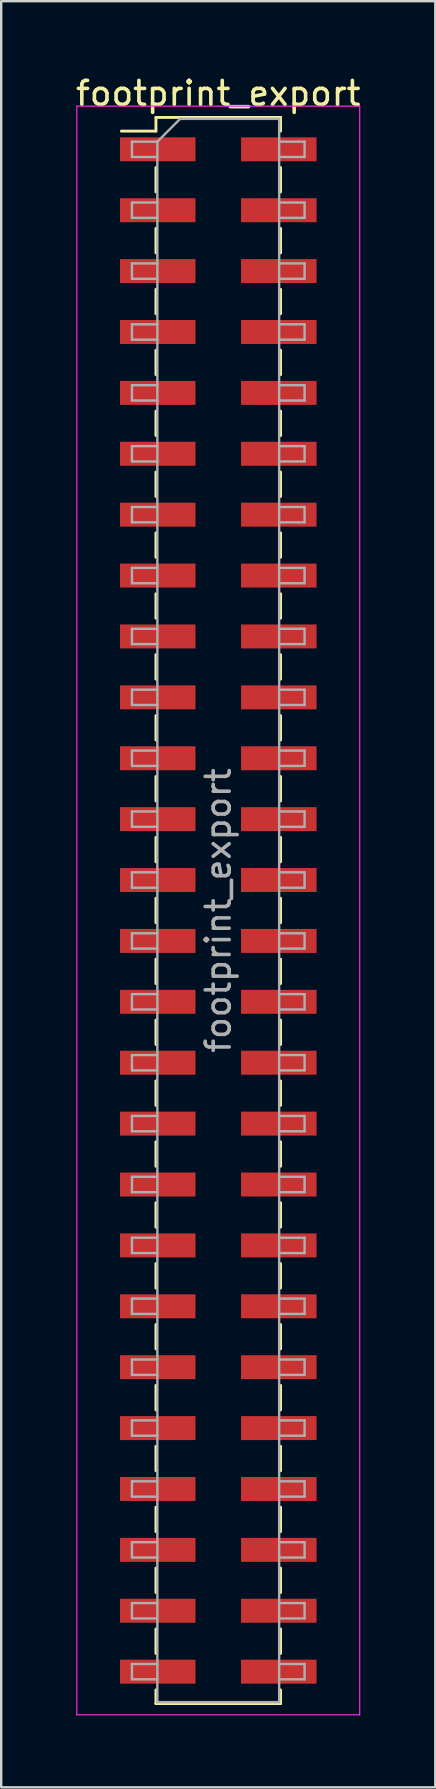
<source format=kicad_pcb>
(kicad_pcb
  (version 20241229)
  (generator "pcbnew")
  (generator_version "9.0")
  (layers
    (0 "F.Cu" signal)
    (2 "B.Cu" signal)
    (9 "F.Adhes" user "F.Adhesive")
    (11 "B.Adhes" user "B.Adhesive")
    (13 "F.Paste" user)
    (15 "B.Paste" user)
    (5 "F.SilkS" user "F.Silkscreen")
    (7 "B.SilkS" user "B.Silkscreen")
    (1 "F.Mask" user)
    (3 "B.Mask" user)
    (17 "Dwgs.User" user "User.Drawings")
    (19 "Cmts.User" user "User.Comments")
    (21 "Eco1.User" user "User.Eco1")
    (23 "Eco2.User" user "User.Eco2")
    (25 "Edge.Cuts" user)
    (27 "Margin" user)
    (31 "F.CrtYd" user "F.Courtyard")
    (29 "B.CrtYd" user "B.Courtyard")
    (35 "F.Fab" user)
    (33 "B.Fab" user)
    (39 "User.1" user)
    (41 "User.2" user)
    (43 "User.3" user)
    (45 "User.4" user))
  (footprint "footprint_export"
    (layer "F.Cu")
    (at 6.054 34.928)
    (property "Reference" "footprint_export" (at 0 -34.08 0) (layer "F.SilkS") (effects (font (size 1 1) (thickness 0.15))))
    (attr smd)
    (fp_line (start -4.04 -32.51) (end -2.6 -32.51) (stroke (width 0.12) (type solid)) (layer "F.SilkS"))
    (fp_line (start -2.6 -33.08) (end -2.6 -32.51) (stroke (width 0.12) (type solid)) (layer "F.SilkS"))
    (fp_line (start -2.6 -33.08) (end 2.6 -33.08) (stroke (width 0.12) (type solid)) (layer "F.SilkS"))
    (fp_line (start -2.6 -30.99) (end -2.6 -29.97) (stroke (width 0.12) (type solid)) (layer "F.SilkS"))
    (fp_line (start -2.6 -28.45) (end -2.6 -27.43) (stroke (width 0.12) (type solid)) (layer "F.SilkS"))
    (fp_line (start -2.6 -25.91) (end -2.6 -24.89) (stroke (width 0.12) (type solid)) (layer "F.SilkS"))
    (fp_line (start -2.6 -23.37) (end -2.6 -22.35) (stroke (width 0.12) (type solid)) (layer "F.SilkS"))
    (fp_line (start -2.6 -20.83) (end -2.6 -19.81) (stroke (width 0.12) (type solid)) (layer "F.SilkS"))
    (fp_line (start -2.6 -18.29) (end -2.6 -17.27) (stroke (width 0.12) (type solid)) (layer "F.SilkS"))
    (fp_line (start -2.6 -15.75) (end -2.6 -14.73) (stroke (width 0.12) (type solid)) (layer "F.SilkS"))
    (fp_line (start -2.6 -13.21) (end -2.6 -12.19) (stroke (width 0.12) (type solid)) (layer "F.SilkS"))
    (fp_line (start -2.6 -10.67) (end -2.6 -9.65) (stroke (width 0.12) (type solid)) (layer "F.SilkS"))
    (fp_line (start -2.6 -8.13) (end -2.6 -7.11) (stroke (width 0.12) (type solid)) (layer "F.SilkS"))
    (fp_line (start -2.6 -5.59) (end -2.6 -4.57) (stroke (width 0.12) (type solid)) (layer "F.SilkS"))
    (fp_line (start -2.6 -3.05) (end -2.6 -2.03) (stroke (width 0.12) (type solid)) (layer "F.SilkS"))
    (fp_line (start -2.6 -0.51) (end -2.6 0.51) (stroke (width 0.12) (type solid)) (layer "F.SilkS"))
    (fp_line (start -2.6 2.03) (end -2.6 3.05) (stroke (width 0.12) (type solid)) (layer "F.SilkS"))
    (fp_line (start -2.6 4.57) (end -2.6 5.59) (stroke (width 0.12) (type solid)) (layer "F.SilkS"))
    (fp_line (start -2.6 7.11) (end -2.6 8.13) (stroke (width 0.12) (type solid)) (layer "F.SilkS"))
    (fp_line (start -2.6 9.65) (end -2.6 10.67) (stroke (width 0.12) (type solid)) (layer "F.SilkS"))
    (fp_line (start -2.6 12.19) (end -2.6 13.21) (stroke (width 0.12) (type solid)) (layer "F.SilkS"))
    (fp_line (start -2.6 14.73) (end -2.6 15.75) (stroke (width 0.12) (type solid)) (layer "F.SilkS"))
    (fp_line (start -2.6 17.27) (end -2.6 18.29) (stroke (width 0.12) (type solid)) (layer "F.SilkS"))
    (fp_line (start -2.6 19.81) (end -2.6 20.83) (stroke (width 0.12) (type solid)) (layer "F.SilkS"))
    (fp_line (start -2.6 22.35) (end -2.6 23.37) (stroke (width 0.12) (type solid)) (layer "F.SilkS"))
    (fp_line (start -2.6 24.89) (end -2.6 25.91) (stroke (width 0.12) (type solid)) (layer "F.SilkS"))
    (fp_line (start -2.6 27.43) (end -2.6 28.45) (stroke (width 0.12) (type solid)) (layer "F.SilkS"))
    (fp_line (start -2.6 29.97) (end -2.6 30.99) (stroke (width 0.12) (type solid)) (layer "F.SilkS"))
    (fp_line (start -2.6 32.51) (end -2.6 33.08) (stroke (width 0.12) (type solid)) (layer "F.SilkS"))
    (fp_line (start -2.6 33.08) (end 2.6 33.08) (stroke (width 0.12) (type solid)) (layer "F.SilkS"))
    (fp_line (start 2.6 -33.08) (end 2.6 -32.51) (stroke (width 0.12) (type solid)) (layer "F.SilkS"))
    (fp_line (start 2.6 -30.99) (end 2.6 -29.97) (stroke (width 0.12) (type solid)) (layer "F.SilkS"))
    (fp_line (start 2.6 -28.45) (end 2.6 -27.43) (stroke (width 0.12) (type solid)) (layer "F.SilkS"))
    (fp_line (start 2.6 -25.91) (end 2.6 -24.89) (stroke (width 0.12) (type solid)) (layer "F.SilkS"))
    (fp_line (start 2.6 -23.37) (end 2.6 -22.35) (stroke (width 0.12) (type solid)) (layer "F.SilkS"))
    (fp_line (start 2.6 -20.83) (end 2.6 -19.81) (stroke (width 0.12) (type solid)) (layer "F.SilkS"))
    (fp_line (start 2.6 -18.29) (end 2.6 -17.27) (stroke (width 0.12) (type solid)) (layer "F.SilkS"))
    (fp_line (start 2.6 -15.75) (end 2.6 -14.73) (stroke (width 0.12) (type solid)) (layer "F.SilkS"))
    (fp_line (start 2.6 -13.21) (end 2.6 -12.19) (stroke (width 0.12) (type solid)) (layer "F.SilkS"))
    (fp_line (start 2.6 -10.67) (end 2.6 -9.65) (stroke (width 0.12) (type solid)) (layer "F.SilkS"))
    (fp_line (start 2.6 -8.13) (end 2.6 -7.11) (stroke (width 0.12) (type solid)) (layer "F.SilkS"))
    (fp_line (start 2.6 -5.59) (end 2.6 -4.57) (stroke (width 0.12) (type solid)) (layer "F.SilkS"))
    (fp_line (start 2.6 -3.05) (end 2.6 -2.03) (stroke (width 0.12) (type solid)) (layer "F.SilkS"))
    (fp_line (start 2.6 -0.51) (end 2.6 0.51) (stroke (width 0.12) (type solid)) (layer "F.SilkS"))
    (fp_line (start 2.6 2.03) (end 2.6 3.05) (stroke (width 0.12) (type solid)) (layer "F.SilkS"))
    (fp_line (start 2.6 4.57) (end 2.6 5.59) (stroke (width 0.12) (type solid)) (layer "F.SilkS"))
    (fp_line (start 2.6 7.11) (end 2.6 8.13) (stroke (width 0.12) (type solid)) (layer "F.SilkS"))
    (fp_line (start 2.6 9.65) (end 2.6 10.67) (stroke (width 0.12) (type solid)) (layer "F.SilkS"))
    (fp_line (start 2.6 12.19) (end 2.6 13.21) (stroke (width 0.12) (type solid)) (layer "F.SilkS"))
    (fp_line (start 2.6 14.73) (end 2.6 15.75) (stroke (width 0.12) (type solid)) (layer "F.SilkS"))
    (fp_line (start 2.6 17.27) (end 2.6 18.29) (stroke (width 0.12) (type solid)) (layer "F.SilkS"))
    (fp_line (start 2.6 19.81) (end 2.6 20.83) (stroke (width 0.12) (type solid)) (layer "F.SilkS"))
    (fp_line (start 2.6 22.35) (end 2.6 23.37) (stroke (width 0.12) (type solid)) (layer "F.SilkS"))
    (fp_line (start 2.6 24.89) (end 2.6 25.91) (stroke (width 0.12) (type solid)) (layer "F.SilkS"))
    (fp_line (start 2.6 27.43) (end 2.6 28.45) (stroke (width 0.12) (type solid)) (layer "F.SilkS"))
    (fp_line (start 2.6 29.97) (end 2.6 30.99) (stroke (width 0.12) (type solid)) (layer "F.SilkS"))
    (fp_line (start 2.6 32.51) (end 2.6 33.08) (stroke (width 0.12) (type solid)) (layer "F.SilkS"))
    (fp_line (start -5.9 -33.55) (end -5.9 33.55) (stroke (width 0.05) (type solid)) (layer "F.CrtYd"))
    (fp_line (start -5.9 33.55) (end 5.9 33.55) (stroke (width 0.05) (type solid)) (layer "F.CrtYd"))
    (fp_line (start 5.9 -33.55) (end -5.9 -33.55) (stroke (width 0.05) (type solid)) (layer "F.CrtYd"))
    (fp_line (start 5.9 33.55) (end 5.9 -33.55) (stroke (width 0.05) (type solid)) (layer "F.CrtYd"))
    (fp_line (start -3.6 -32.07) (end -3.6 -31.43) (stroke (width 0.1) (type solid)) (layer "F.Fab"))
    (fp_line (start -3.6 -31.43) (end -2.54 -31.43) (stroke (width 0.1) (type solid)) (layer "F.Fab"))
    (fp_line (start -3.6 -29.53) (end -3.6 -28.89) (stroke (width 0.1) (type solid)) (layer "F.Fab"))
    (fp_line (start -3.6 -28.89) (end -2.54 -28.89) (stroke (width 0.1) (type solid)) (layer "F.Fab"))
    (fp_line (start -3.6 -26.99) (end -3.6 -26.35) (stroke (width 0.1) (type solid)) (layer "F.Fab"))
    (fp_line (start -3.6 -26.35) (end -2.54 -26.35) (stroke (width 0.1) (type solid)) (layer "F.Fab"))
    (fp_line (start -3.6 -24.45) (end -3.6 -23.81) (stroke (width 0.1) (type solid)) (layer "F.Fab"))
    (fp_line (start -3.6 -23.81) (end -2.54 -23.81) (stroke (width 0.1) (type solid)) (layer "F.Fab"))
    (fp_line (start -3.6 -21.91) (end -3.6 -21.27) (stroke (width 0.1) (type solid)) (layer "F.Fab"))
    (fp_line (start -3.6 -21.27) (end -2.54 -21.27) (stroke (width 0.1) (type solid)) (layer "F.Fab"))
    (fp_line (start -3.6 -19.37) (end -3.6 -18.73) (stroke (width 0.1) (type solid)) (layer "F.Fab"))
    (fp_line (start -3.6 -18.73) (end -2.54 -18.73) (stroke (width 0.1) (type solid)) (layer "F.Fab"))
    (fp_line (start -3.6 -16.83) (end -3.6 -16.19) (stroke (width 0.1) (type solid)) (layer "F.Fab"))
    (fp_line (start -3.6 -16.19) (end -2.54 -16.19) (stroke (width 0.1) (type solid)) (layer "F.Fab"))
    (fp_line (start -3.6 -14.29) (end -3.6 -13.65) (stroke (width 0.1) (type solid)) (layer "F.Fab"))
    (fp_line (start -3.6 -13.65) (end -2.54 -13.65) (stroke (width 0.1) (type solid)) (layer "F.Fab"))
    (fp_line (start -3.6 -11.75) (end -3.6 -11.11) (stroke (width 0.1) (type solid)) (layer "F.Fab"))
    (fp_line (start -3.6 -11.11) (end -2.54 -11.11) (stroke (width 0.1) (type solid)) (layer "F.Fab"))
    (fp_line (start -3.6 -9.21) (end -3.6 -8.57) (stroke (width 0.1) (type solid)) (layer "F.Fab"))
    (fp_line (start -3.6 -8.57) (end -2.54 -8.57) (stroke (width 0.1) (type solid)) (layer "F.Fab"))
    (fp_line (start -3.6 -6.67) (end -3.6 -6.03) (stroke (width 0.1) (type solid)) (layer "F.Fab"))
    (fp_line (start -3.6 -6.03) (end -2.54 -6.03) (stroke (width 0.1) (type solid)) (layer "F.Fab"))
    (fp_line (start -3.6 -4.13) (end -3.6 -3.49) (stroke (width 0.1) (type solid)) (layer "F.Fab"))
    (fp_line (start -3.6 -3.49) (end -2.54 -3.49) (stroke (width 0.1) (type solid)) (layer "F.Fab"))
    (fp_line (start -3.6 -1.59) (end -3.6 -0.95) (stroke (width 0.1) (type solid)) (layer "F.Fab"))
    (fp_line (start -3.6 -0.95) (end -2.54 -0.95) (stroke (width 0.1) (type solid)) (layer "F.Fab"))
    (fp_line (start -3.6 0.95) (end -3.6 1.59) (stroke (width 0.1) (type solid)) (layer "F.Fab"))
    (fp_line (start -3.6 1.59) (end -2.54 1.59) (stroke (width 0.1) (type solid)) (layer "F.Fab"))
    (fp_line (start -3.6 3.49) (end -3.6 4.13) (stroke (width 0.1) (type solid)) (layer "F.Fab"))
    (fp_line (start -3.6 4.13) (end -2.54 4.13) (stroke (width 0.1) (type solid)) (layer "F.Fab"))
    (fp_line (start -3.6 6.03) (end -3.6 6.67) (stroke (width 0.1) (type solid)) (layer "F.Fab"))
    (fp_line (start -3.6 6.67) (end -2.54 6.67) (stroke (width 0.1) (type solid)) (layer "F.Fab"))
    (fp_line (start -3.6 8.57) (end -3.6 9.21) (stroke (width 0.1) (type solid)) (layer "F.Fab"))
    (fp_line (start -3.6 9.21) (end -2.54 9.21) (stroke (width 0.1) (type solid)) (layer "F.Fab"))
    (fp_line (start -3.6 11.11) (end -3.6 11.75) (stroke (width 0.1) (type solid)) (layer "F.Fab"))
    (fp_line (start -3.6 11.75) (end -2.54 11.75) (stroke (width 0.1) (type solid)) (layer "F.Fab"))
    (fp_line (start -3.6 13.65) (end -3.6 14.29) (stroke (width 0.1) (type solid)) (layer "F.Fab"))
    (fp_line (start -3.6 14.29) (end -2.54 14.29) (stroke (width 0.1) (type solid)) (layer "F.Fab"))
    (fp_line (start -3.6 16.19) (end -3.6 16.83) (stroke (width 0.1) (type solid)) (layer "F.Fab"))
    (fp_line (start -3.6 16.83) (end -2.54 16.83) (stroke (width 0.1) (type solid)) (layer "F.Fab"))
    (fp_line (start -3.6 18.73) (end -3.6 19.37) (stroke (width 0.1) (type solid)) (layer "F.Fab"))
    (fp_line (start -3.6 19.37) (end -2.54 19.37) (stroke (width 0.1) (type solid)) (layer "F.Fab"))
    (fp_line (start -3.6 21.27) (end -3.6 21.91) (stroke (width 0.1) (type solid)) (layer "F.Fab"))
    (fp_line (start -3.6 21.91) (end -2.54 21.91) (stroke (width 0.1) (type solid)) (layer "F.Fab"))
    (fp_line (start -3.6 23.81) (end -3.6 24.45) (stroke (width 0.1) (type solid)) (layer "F.Fab"))
    (fp_line (start -3.6 24.45) (end -2.54 24.45) (stroke (width 0.1) (type solid)) (layer "F.Fab"))
    (fp_line (start -3.6 26.35) (end -3.6 26.99) (stroke (width 0.1) (type solid)) (layer "F.Fab"))
    (fp_line (start -3.6 26.99) (end -2.54 26.99) (stroke (width 0.1) (type solid)) (layer "F.Fab"))
    (fp_line (start -3.6 28.89) (end -3.6 29.53) (stroke (width 0.1) (type solid)) (layer "F.Fab"))
    (fp_line (start -3.6 29.53) (end -2.54 29.53) (stroke (width 0.1) (type solid)) (layer "F.Fab"))
    (fp_line (start -3.6 31.43) (end -3.6 32.07) (stroke (width 0.1) (type solid)) (layer "F.Fab"))
    (fp_line (start -3.6 32.07) (end -2.54 32.07) (stroke (width 0.1) (type solid)) (layer "F.Fab"))
    (fp_line (start -2.54 -32.07) (end -3.6 -32.07) (stroke (width 0.1) (type solid)) (layer "F.Fab"))
    (fp_line (start -2.54 -32.07) (end -1.59 -33.02) (stroke (width 0.1) (type solid)) (layer "F.Fab"))
    (fp_line (start -2.54 -29.53) (end -3.6 -29.53) (stroke (width 0.1) (type solid)) (layer "F.Fab"))
    (fp_line (start -2.54 -26.99) (end -3.6 -26.99) (stroke (width 0.1) (type solid)) (layer "F.Fab"))
    (fp_line (start -2.54 -24.45) (end -3.6 -24.45) (stroke (width 0.1) (type solid)) (layer "F.Fab"))
    (fp_line (start -2.54 -21.91) (end -3.6 -21.91) (stroke (width 0.1) (type solid)) (layer "F.Fab"))
    (fp_line (start -2.54 -19.37) (end -3.6 -19.37) (stroke (width 0.1) (type solid)) (layer "F.Fab"))
    (fp_line (start -2.54 -16.83) (end -3.6 -16.83) (stroke (width 0.1) (type solid)) (layer "F.Fab"))
    (fp_line (start -2.54 -14.29) (end -3.6 -14.29) (stroke (width 0.1) (type solid)) (layer "F.Fab"))
    (fp_line (start -2.54 -11.75) (end -3.6 -11.75) (stroke (width 0.1) (type solid)) (layer "F.Fab"))
    (fp_line (start -2.54 -9.21) (end -3.6 -9.21) (stroke (width 0.1) (type solid)) (layer "F.Fab"))
    (fp_line (start -2.54 -6.67) (end -3.6 -6.67) (stroke (width 0.1) (type solid)) (layer "F.Fab"))
    (fp_line (start -2.54 -4.13) (end -3.6 -4.13) (stroke (width 0.1) (type solid)) (layer "F.Fab"))
    (fp_line (start -2.54 -1.59) (end -3.6 -1.59) (stroke (width 0.1) (type solid)) (layer "F.Fab"))
    (fp_line (start -2.54 0.95) (end -3.6 0.95) (stroke (width 0.1) (type solid)) (layer "F.Fab"))
    (fp_line (start -2.54 3.49) (end -3.6 3.49) (stroke (width 0.1) (type solid)) (layer "F.Fab"))
    (fp_line (start -2.54 6.03) (end -3.6 6.03) (stroke (width 0.1) (type solid)) (layer "F.Fab"))
    (fp_line (start -2.54 8.57) (end -3.6 8.57) (stroke (width 0.1) (type solid)) (layer "F.Fab"))
    (fp_line (start -2.54 11.11) (end -3.6 11.11) (stroke (width 0.1) (type solid)) (layer "F.Fab"))
    (fp_line (start -2.54 13.65) (end -3.6 13.65) (stroke (width 0.1) (type solid)) (layer "F.Fab"))
    (fp_line (start -2.54 16.19) (end -3.6 16.19) (stroke (width 0.1) (type solid)) (layer "F.Fab"))
    (fp_line (start -2.54 18.73) (end -3.6 18.73) (stroke (width 0.1) (type solid)) (layer "F.Fab"))
    (fp_line (start -2.54 21.27) (end -3.6 21.27) (stroke (width 0.1) (type solid)) (layer "F.Fab"))
    (fp_line (start -2.54 23.81) (end -3.6 23.81) (stroke (width 0.1) (type solid)) (layer "F.Fab"))
    (fp_line (start -2.54 26.35) (end -3.6 26.35) (stroke (width 0.1) (type solid)) (layer "F.Fab"))
    (fp_line (start -2.54 28.89) (end -3.6 28.89) (stroke (width 0.1) (type solid)) (layer "F.Fab"))
    (fp_line (start -2.54 31.43) (end -3.6 31.43) (stroke (width 0.1) (type solid)) (layer "F.Fab"))
    (fp_line (start -2.54 33.02) (end -2.54 -32.07) (stroke (width 0.1) (type solid)) (layer "F.Fab"))
    (fp_line (start -1.59 -33.02) (end 2.54 -33.02) (stroke (width 0.1) (type solid)) (layer "F.Fab"))
    (fp_line (start 2.54 -33.02) (end 2.54 33.02) (stroke (width 0.1) (type solid)) (layer "F.Fab"))
    (fp_line (start 2.54 -32.07) (end 3.6 -32.07) (stroke (width 0.1) (type solid)) (layer "F.Fab"))
    (fp_line (start 2.54 -29.53) (end 3.6 -29.53) (stroke (width 0.1) (type solid)) (layer "F.Fab"))
    (fp_line (start 2.54 -26.99) (end 3.6 -26.99) (stroke (width 0.1) (type solid)) (layer "F.Fab"))
    (fp_line (start 2.54 -24.45) (end 3.6 -24.45) (stroke (width 0.1) (type solid)) (layer "F.Fab"))
    (fp_line (start 2.54 -21.91) (end 3.6 -21.91) (stroke (width 0.1) (type solid)) (layer "F.Fab"))
    (fp_line (start 2.54 -19.37) (end 3.6 -19.37) (stroke (width 0.1) (type solid)) (layer "F.Fab"))
    (fp_line (start 2.54 -16.83) (end 3.6 -16.83) (stroke (width 0.1) (type solid)) (layer "F.Fab"))
    (fp_line (start 2.54 -14.29) (end 3.6 -14.29) (stroke (width 0.1) (type solid)) (layer "F.Fab"))
    (fp_line (start 2.54 -11.75) (end 3.6 -11.75) (stroke (width 0.1) (type solid)) (layer "F.Fab"))
    (fp_line (start 2.54 -9.21) (end 3.6 -9.21) (stroke (width 0.1) (type solid)) (layer "F.Fab"))
    (fp_line (start 2.54 -6.67) (end 3.6 -6.67) (stroke (width 0.1) (type solid)) (layer "F.Fab"))
    (fp_line (start 2.54 -4.13) (end 3.6 -4.13) (stroke (width 0.1) (type solid)) (layer "F.Fab"))
    (fp_line (start 2.54 -1.59) (end 3.6 -1.59) (stroke (width 0.1) (type solid)) (layer "F.Fab"))
    (fp_line (start 2.54 0.95) (end 3.6 0.95) (stroke (width 0.1) (type solid)) (layer "F.Fab"))
    (fp_line (start 2.54 3.49) (end 3.6 3.49) (stroke (width 0.1) (type solid)) (layer "F.Fab"))
    (fp_line (start 2.54 6.03) (end 3.6 6.03) (stroke (width 0.1) (type solid)) (layer "F.Fab"))
    (fp_line (start 2.54 8.57) (end 3.6 8.57) (stroke (width 0.1) (type solid)) (layer "F.Fab"))
    (fp_line (start 2.54 11.11) (end 3.6 11.11) (stroke (width 0.1) (type solid)) (layer "F.Fab"))
    (fp_line (start 2.54 13.65) (end 3.6 13.65) (stroke (width 0.1) (type solid)) (layer "F.Fab"))
    (fp_line (start 2.54 16.19) (end 3.6 16.19) (stroke (width 0.1) (type solid)) (layer "F.Fab"))
    (fp_line (start 2.54 18.73) (end 3.6 18.73) (stroke (width 0.1) (type solid)) (layer "F.Fab"))
    (fp_line (start 2.54 21.27) (end 3.6 21.27) (stroke (width 0.1) (type solid)) (layer "F.Fab"))
    (fp_line (start 2.54 23.81) (end 3.6 23.81) (stroke (width 0.1) (type solid)) (layer "F.Fab"))
    (fp_line (start 2.54 26.35) (end 3.6 26.35) (stroke (width 0.1) (type solid)) (layer "F.Fab"))
    (fp_line (start 2.54 28.89) (end 3.6 28.89) (stroke (width 0.1) (type solid)) (layer "F.Fab"))
    (fp_line (start 2.54 31.43) (end 3.6 31.43) (stroke (width 0.1) (type solid)) (layer "F.Fab"))
    (fp_line (start 2.54 33.02) (end -2.54 33.02) (stroke (width 0.1) (type solid)) (layer "F.Fab"))
    (fp_line (start 3.6 -32.07) (end 3.6 -31.43) (stroke (width 0.1) (type solid)) (layer "F.Fab"))
    (fp_line (start 3.6 -31.43) (end 2.54 -31.43) (stroke (width 0.1) (type solid)) (layer "F.Fab"))
    (fp_line (start 3.6 -29.53) (end 3.6 -28.89) (stroke (width 0.1) (type solid)) (layer "F.Fab"))
    (fp_line (start 3.6 -28.89) (end 2.54 -28.89) (stroke (width 0.1) (type solid)) (layer "F.Fab"))
    (fp_line (start 3.6 -26.99) (end 3.6 -26.35) (stroke (width 0.1) (type solid)) (layer "F.Fab"))
    (fp_line (start 3.6 -26.35) (end 2.54 -26.35) (stroke (width 0.1) (type solid)) (layer "F.Fab"))
    (fp_line (start 3.6 -24.45) (end 3.6 -23.81) (stroke (width 0.1) (type solid)) (layer "F.Fab"))
    (fp_line (start 3.6 -23.81) (end 2.54 -23.81) (stroke (width 0.1) (type solid)) (layer "F.Fab"))
    (fp_line (start 3.6 -21.91) (end 3.6 -21.27) (stroke (width 0.1) (type solid)) (layer "F.Fab"))
    (fp_line (start 3.6 -21.27) (end 2.54 -21.27) (stroke (width 0.1) (type solid)) (layer "F.Fab"))
    (fp_line (start 3.6 -19.37) (end 3.6 -18.73) (stroke (width 0.1) (type solid)) (layer "F.Fab"))
    (fp_line (start 3.6 -18.73) (end 2.54 -18.73) (stroke (width 0.1) (type solid)) (layer "F.Fab"))
    (fp_line (start 3.6 -16.83) (end 3.6 -16.19) (stroke (width 0.1) (type solid)) (layer "F.Fab"))
    (fp_line (start 3.6 -16.19) (end 2.54 -16.19) (stroke (width 0.1) (type solid)) (layer "F.Fab"))
    (fp_line (start 3.6 -14.29) (end 3.6 -13.65) (stroke (width 0.1) (type solid)) (layer "F.Fab"))
    (fp_line (start 3.6 -13.65) (end 2.54 -13.65) (stroke (width 0.1) (type solid)) (layer "F.Fab"))
    (fp_line (start 3.6 -11.75) (end 3.6 -11.11) (stroke (width 0.1) (type solid)) (layer "F.Fab"))
    (fp_line (start 3.6 -11.11) (end 2.54 -11.11) (stroke (width 0.1) (type solid)) (layer "F.Fab"))
    (fp_line (start 3.6 -9.21) (end 3.6 -8.57) (stroke (width 0.1) (type solid)) (layer "F.Fab"))
    (fp_line (start 3.6 -8.57) (end 2.54 -8.57) (stroke (width 0.1) (type solid)) (layer "F.Fab"))
    (fp_line (start 3.6 -6.67) (end 3.6 -6.03) (stroke (width 0.1) (type solid)) (layer "F.Fab"))
    (fp_line (start 3.6 -6.03) (end 2.54 -6.03) (stroke (width 0.1) (type solid)) (layer "F.Fab"))
    (fp_line (start 3.6 -4.13) (end 3.6 -3.49) (stroke (width 0.1) (type solid)) (layer "F.Fab"))
    (fp_line (start 3.6 -3.49) (end 2.54 -3.49) (stroke (width 0.1) (type solid)) (layer "F.Fab"))
    (fp_line (start 3.6 -1.59) (end 3.6 -0.95) (stroke (width 0.1) (type solid)) (layer "F.Fab"))
    (fp_line (start 3.6 -0.95) (end 2.54 -0.95) (stroke (width 0.1) (type solid)) (layer "F.Fab"))
    (fp_line (start 3.6 0.95) (end 3.6 1.59) (stroke (width 0.1) (type solid)) (layer "F.Fab"))
    (fp_line (start 3.6 1.59) (end 2.54 1.59) (stroke (width 0.1) (type solid)) (layer "F.Fab"))
    (fp_line (start 3.6 3.49) (end 3.6 4.13) (stroke (width 0.1) (type solid)) (layer "F.Fab"))
    (fp_line (start 3.6 4.13) (end 2.54 4.13) (stroke (width 0.1) (type solid)) (layer "F.Fab"))
    (fp_line (start 3.6 6.03) (end 3.6 6.67) (stroke (width 0.1) (type solid)) (layer "F.Fab"))
    (fp_line (start 3.6 6.67) (end 2.54 6.67) (stroke (width 0.1) (type solid)) (layer "F.Fab"))
    (fp_line (start 3.6 8.57) (end 3.6 9.21) (stroke (width 0.1) (type solid)) (layer "F.Fab"))
    (fp_line (start 3.6 9.21) (end 2.54 9.21) (stroke (width 0.1) (type solid)) (layer "F.Fab"))
    (fp_line (start 3.6 11.11) (end 3.6 11.75) (stroke (width 0.1) (type solid)) (layer "F.Fab"))
    (fp_line (start 3.6 11.75) (end 2.54 11.75) (stroke (width 0.1) (type solid)) (layer "F.Fab"))
    (fp_line (start 3.6 13.65) (end 3.6 14.29) (stroke (width 0.1) (type solid)) (layer "F.Fab"))
    (fp_line (start 3.6 14.29) (end 2.54 14.29) (stroke (width 0.1) (type solid)) (layer "F.Fab"))
    (fp_line (start 3.6 16.19) (end 3.6 16.83) (stroke (width 0.1) (type solid)) (layer "F.Fab"))
    (fp_line (start 3.6 16.83) (end 2.54 16.83) (stroke (width 0.1) (type solid)) (layer "F.Fab"))
    (fp_line (start 3.6 18.73) (end 3.6 19.37) (stroke (width 0.1) (type solid)) (layer "F.Fab"))
    (fp_line (start 3.6 19.37) (end 2.54 19.37) (stroke (width 0.1) (type solid)) (layer "F.Fab"))
    (fp_line (start 3.6 21.27) (end 3.6 21.91) (stroke (width 0.1) (type solid)) (layer "F.Fab"))
    (fp_line (start 3.6 21.91) (end 2.54 21.91) (stroke (width 0.1) (type solid)) (layer "F.Fab"))
    (fp_line (start 3.6 23.81) (end 3.6 24.45) (stroke (width 0.1) (type solid)) (layer "F.Fab"))
    (fp_line (start 3.6 24.45) (end 2.54 24.45) (stroke (width 0.1) (type solid)) (layer "F.Fab"))
    (fp_line (start 3.6 26.35) (end 3.6 26.99) (stroke (width 0.1) (type solid)) (layer "F.Fab"))
    (fp_line (start 3.6 26.99) (end 2.54 26.99) (stroke (width 0.1) (type solid)) (layer "F.Fab"))
    (fp_line (start 3.6 28.89) (end 3.6 29.53) (stroke (width 0.1) (type solid)) (layer "F.Fab"))
    (fp_line (start 3.6 29.53) (end 2.54 29.53) (stroke (width 0.1) (type solid)) (layer "F.Fab"))
    (fp_line (start 3.6 31.43) (end 3.6 32.07) (stroke (width 0.1) (type solid)) (layer "F.Fab"))
    (fp_line (start 3.6 32.07) (end 2.54 32.07) (stroke (width 0.1) (type solid)) (layer "F.Fab"))
    (fp_text user "${REFERENCE}" (at 0 0 90) (layer "F.Fab") (effects (font (size 1 1) (thickness 0.15))))
    (pad "1" smd rect (at -2.525 -31.75) (size 3.15 1) (layers "F.Cu" "F.Mask" "F.Paste"))
    (pad "2" smd rect (at 2.525 -31.75) (size 3.15 1) (layers "F.Cu" "F.Mask" "F.Paste"))
    (pad "3" smd rect (at -2.525 -29.21) (size 3.15 1) (layers "F.Cu" "F.Mask" "F.Paste"))
    (pad "4" smd rect (at 2.525 -29.21) (size 3.15 1) (layers "F.Cu" "F.Mask" "F.Paste"))
    (pad "5" smd rect (at -2.525 -26.67) (size 3.15 1) (layers "F.Cu" "F.Mask" "F.Paste"))
    (pad "6" smd rect (at 2.525 -26.67) (size 3.15 1) (layers "F.Cu" "F.Mask" "F.Paste"))
    (pad "7" smd rect (at -2.525 -24.13) (size 3.15 1) (layers "F.Cu" "F.Mask" "F.Paste"))
    (pad "8" smd rect (at 2.525 -24.13) (size 3.15 1) (layers "F.Cu" "F.Mask" "F.Paste"))
    (pad "9" smd rect (at -2.525 -21.59) (size 3.15 1) (layers "F.Cu" "F.Mask" "F.Paste"))
    (pad "10" smd rect (at 2.525 -21.59) (size 3.15 1) (layers "F.Cu" "F.Mask" "F.Paste"))
    (pad "11" smd rect (at -2.525 -19.05) (size 3.15 1) (layers "F.Cu" "F.Mask" "F.Paste"))
    (pad "12" smd rect (at 2.525 -19.05) (size 3.15 1) (layers "F.Cu" "F.Mask" "F.Paste"))
    (pad "13" smd rect (at -2.525 -16.51) (size 3.15 1) (layers "F.Cu" "F.Mask" "F.Paste"))
    (pad "14" smd rect (at 2.525 -16.51) (size 3.15 1) (layers "F.Cu" "F.Mask" "F.Paste"))
    (pad "15" smd rect (at -2.525 -13.97) (size 3.15 1) (layers "F.Cu" "F.Mask" "F.Paste"))
    (pad "16" smd rect (at 2.525 -13.97) (size 3.15 1) (layers "F.Cu" "F.Mask" "F.Paste"))
    (pad "17" smd rect (at -2.525 -11.43) (size 3.15 1) (layers "F.Cu" "F.Mask" "F.Paste"))
    (pad "18" smd rect (at 2.525 -11.43) (size 3.15 1) (layers "F.Cu" "F.Mask" "F.Paste"))
    (pad "19" smd rect (at -2.525 -8.89) (size 3.15 1) (layers "F.Cu" "F.Mask" "F.Paste"))
    (pad "20" smd rect (at 2.525 -8.89) (size 3.15 1) (layers "F.Cu" "F.Mask" "F.Paste"))
    (pad "21" smd rect (at -2.525 -6.35) (size 3.15 1) (layers "F.Cu" "F.Mask" "F.Paste"))
    (pad "22" smd rect (at 2.525 -6.35) (size 3.15 1) (layers "F.Cu" "F.Mask" "F.Paste"))
    (pad "23" smd rect (at -2.525 -3.81) (size 3.15 1) (layers "F.Cu" "F.Mask" "F.Paste"))
    (pad "24" smd rect (at 2.525 -3.81) (size 3.15 1) (layers "F.Cu" "F.Mask" "F.Paste"))
    (pad "25" smd rect (at -2.525 -1.27) (size 3.15 1) (layers "F.Cu" "F.Mask" "F.Paste"))
    (pad "26" smd rect (at 2.525 -1.27) (size 3.15 1) (layers "F.Cu" "F.Mask" "F.Paste"))
    (pad "27" smd rect (at -2.525 1.27) (size 3.15 1) (layers "F.Cu" "F.Mask" "F.Paste"))
    (pad "28" smd rect (at 2.525 1.27) (size 3.15 1) (layers "F.Cu" "F.Mask" "F.Paste"))
    (pad "29" smd rect (at -2.525 3.81) (size 3.15 1) (layers "F.Cu" "F.Mask" "F.Paste"))
    (pad "30" smd rect (at 2.525 3.81) (size 3.15 1) (layers "F.Cu" "F.Mask" "F.Paste"))
    (pad "31" smd rect (at -2.525 6.35) (size 3.15 1) (layers "F.Cu" "F.Mask" "F.Paste"))
    (pad "32" smd rect (at 2.525 6.35) (size 3.15 1) (layers "F.Cu" "F.Mask" "F.Paste"))
    (pad "33" smd rect (at -2.525 8.89) (size 3.15 1) (layers "F.Cu" "F.Mask" "F.Paste"))
    (pad "34" smd rect (at 2.525 8.89) (size 3.15 1) (layers "F.Cu" "F.Mask" "F.Paste"))
    (pad "35" smd rect (at -2.525 11.43) (size 3.15 1) (layers "F.Cu" "F.Mask" "F.Paste"))
    (pad "36" smd rect (at 2.525 11.43) (size 3.15 1) (layers "F.Cu" "F.Mask" "F.Paste"))
    (pad "37" smd rect (at -2.525 13.97) (size 3.15 1) (layers "F.Cu" "F.Mask" "F.Paste"))
    (pad "38" smd rect (at 2.525 13.97) (size 3.15 1) (layers "F.Cu" "F.Mask" "F.Paste"))
    (pad "39" smd rect (at -2.525 16.51) (size 3.15 1) (layers "F.Cu" "F.Mask" "F.Paste"))
    (pad "40" smd rect (at 2.525 16.51) (size 3.15 1) (layers "F.Cu" "F.Mask" "F.Paste"))
    (pad "41" smd rect (at -2.525 19.05) (size 3.15 1) (layers "F.Cu" "F.Mask" "F.Paste"))
    (pad "42" smd rect (at 2.525 19.05) (size 3.15 1) (layers "F.Cu" "F.Mask" "F.Paste"))
    (pad "43" smd rect (at -2.525 21.59) (size 3.15 1) (layers "F.Cu" "F.Mask" "F.Paste"))
    (pad "44" smd rect (at 2.525 21.59) (size 3.15 1) (layers "F.Cu" "F.Mask" "F.Paste"))
    (pad "45" smd rect (at -2.525 24.13) (size 3.15 1) (layers "F.Cu" "F.Mask" "F.Paste"))
    (pad "46" smd rect (at 2.525 24.13) (size 3.15 1) (layers "F.Cu" "F.Mask" "F.Paste"))
    (pad "47" smd rect (at -2.525 26.67) (size 3.15 1) (layers "F.Cu" "F.Mask" "F.Paste"))
    (pad "48" smd rect (at 2.525 26.67) (size 3.15 1) (layers "F.Cu" "F.Mask" "F.Paste"))
    (pad "49" smd rect (at -2.525 29.21) (size 3.15 1) (layers "F.Cu" "F.Mask" "F.Paste"))
    (pad "50" smd rect (at 2.525 29.21) (size 3.15 1) (layers "F.Cu" "F.Mask" "F.Paste"))
    (pad "51" smd rect (at -2.525 31.75) (size 3.15 1) (layers "F.Cu" "F.Mask" "F.Paste"))
    (pad "52" smd rect (at 2.525 31.75) (size 3.15 1) (layers "F.Cu" "F.Mask" "F.Paste")))
  (gr_rect
    (start -3 -3)
    (end 15.107 71.503)
    (stroke (width 0.1) (type default))
    (fill no)
    (layer "Edge.Cuts")))
</source>
